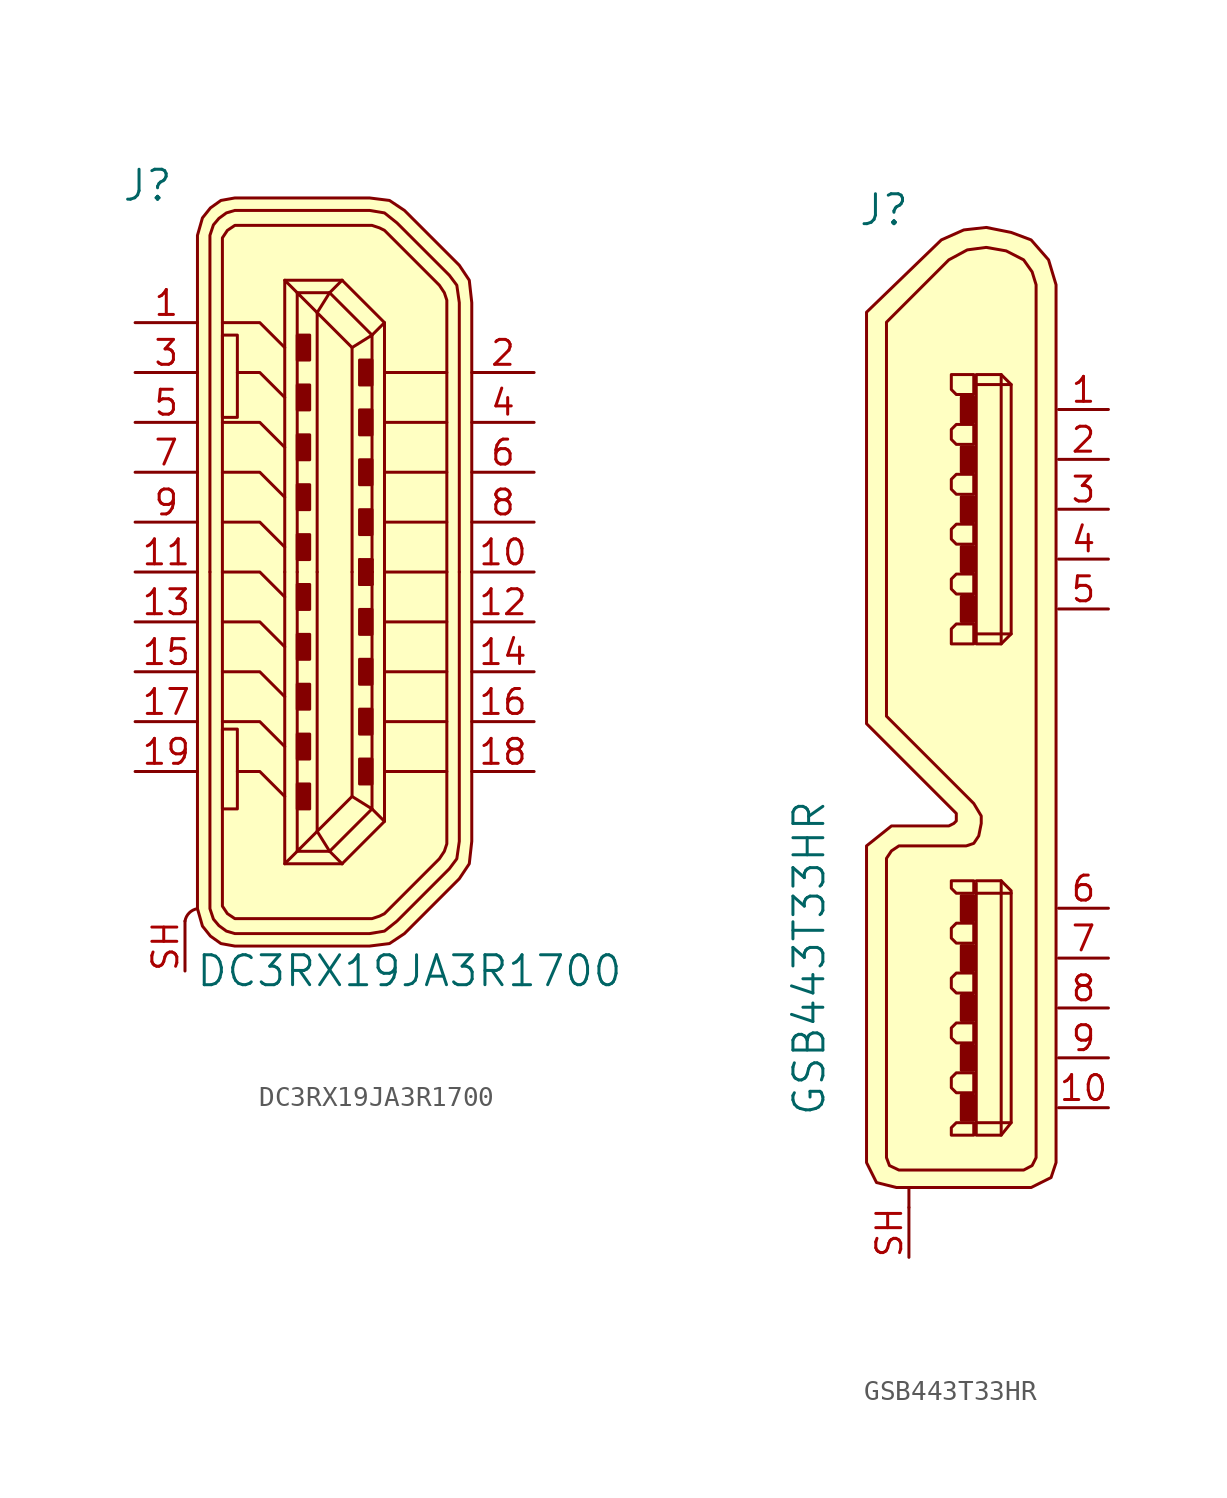
<source format=kicad_sym>
(kicad_symbol_lib
  (version 20231120)
  (generator "kicad_symbol_editor")
  (generator_version "8.0")
  (symbol "DC3RX19JA3R1700"
    (pin_names
      (offset 1.016))
    (property "Reference" "J"
      (at -9.525 19.685 0)
      (effects (font (size 1.524 1.524))))
    (property "Value" "DC3RX19JA3R1700"
      (at 3.81 -20.32 0)
      (effects (font (size 1.524 1.524))))
    (symbol "DC3RX19JA3R1700_0_1"
      (arc (start -6.985 -17.145) (mid -7.4042 -17.3608) (end -7.62 -17.78) (stroke (width 0) (type solid)) (fill (type none)))
      (rectangle (start -5.715 -12.065) (end -4.953 -8.001) (stroke (width 0) (type solid)) (fill (type none)))
      (rectangle (start -5.715 12.065) (end -4.953 7.874) (stroke (width 0) (type solid)) (fill (type none)))
      (rectangle (start -1.27 -12.065) (end -1.905 -10.795) (stroke (width 0) (type solid)) (fill (type outline)))
      (rectangle (start -1.27 -9.525) (end -1.905 -8.255) (stroke (width 0) (type solid)) (fill (type outline)))
      (rectangle (start -1.27 -6.985) (end -1.905 -5.715) (stroke (width 0) (type solid)) (fill (type outline)))
      (rectangle (start -1.27 -4.445) (end -1.905 -3.175) (stroke (width 0) (type solid)) (fill (type outline)))
      (rectangle (start -1.27 -1.905) (end -1.905 -0.635) (stroke (width 0) (type solid)) (fill (type outline)))
      (rectangle (start -1.27 1.905) (end -1.905 0.635) (stroke (width 0) (type solid)) (fill (type outline)))
      (rectangle (start -1.27 4.445) (end -1.905 3.175) (stroke (width 0) (type solid)) (fill (type outline)))
      (rectangle (start -1.27 6.985) (end -1.905 5.715) (stroke (width 0) (type solid)) (fill (type outline)))
      (rectangle (start -1.27 9.525) (end -1.905 8.255) (stroke (width 0) (type solid)) (fill (type outline)))
      (rectangle (start -1.27 12.065) (end -1.905 10.795) (stroke (width 0) (type solid)) (fill (type outline)))
      (polyline (pts (xy -2.54 -14.859) (xy 0.381 -14.859)) (stroke (width 0) (type solid)) (fill (type none)))
      (polyline (pts (xy -2.54 14.859) (xy 0.381 14.859)) (stroke (width 0) (type solid)) (fill (type none)))
      (polyline (pts (xy -0.254 -14.224) (xy -1.905 -14.224)) (stroke (width 0) (type solid)) (fill (type none)))
      (polyline (pts (xy -0.254 -14.224) (xy -0.889 -13.208)) (stroke (width 0) (type solid)) (fill (type none)))
      (polyline (pts (xy -0.254 -14.224) (xy 0.381 -14.859)) (stroke (width 0) (type solid)) (fill (type none)))
      (polyline (pts (xy -0.254 14.224) (xy -1.905 14.224)) (stroke (width 0) (type solid)) (fill (type none)))
      (polyline (pts (xy -0.254 14.224) (xy -0.889 13.208)) (stroke (width 0) (type solid)) (fill (type none)))
      (polyline (pts (xy -0.254 14.224) (xy 0.381 14.859)) (stroke (width 0) (type solid)) (fill (type none)))
      (polyline (pts (xy 1.905 -12.065) (xy -0.254 -14.224)) (stroke (width 0) (type solid)) (fill (type none)))
      (polyline (pts (xy 1.905 12.065) (xy -0.254 14.224)) (stroke (width 0) (type solid)) (fill (type none)))
      (polyline (pts (xy 2.54 -12.7) (xy 0.381 -14.859)) (stroke (width 0) (type solid)) (fill (type none)))
      (polyline (pts (xy 2.54 12.7) (xy 0.381 14.859)) (stroke (width 0) (type solid)) (fill (type none)))
      (polyline (pts (xy -2.54 -11.43) (xy -3.81 -10.16) (xy -4.953 -10.16)) (stroke (width 0) (type solid)) (fill (type none)))
      (polyline (pts (xy -2.54 -8.89) (xy -3.81 -7.62) (xy -5.715 -7.62)) (stroke (width 0) (type solid)) (fill (type none)))
      (polyline (pts (xy -2.54 -6.35) (xy -3.81 -5.08) (xy -5.715 -5.08)) (stroke (width 0) (type solid)) (fill (type none)))
      (polyline (pts (xy -2.54 -3.81) (xy -3.81 -2.54) (xy -5.715 -2.54)) (stroke (width 0) (type solid)) (fill (type none)))
      (polyline (pts (xy -2.54 -1.27) (xy -3.81 0) (xy -5.715 0)) (stroke (width 0) (type solid)) (fill (type none)))
      (polyline (pts (xy -2.54 0) (xy -2.54 -14.859) (xy -1.778 -14.097)) (stroke (width 0) (type solid)) (fill (type none)))
      (polyline (pts (xy -2.54 0) (xy -2.54 14.859) (xy -1.778 14.097)) (stroke (width 0) (type solid)) (fill (type none)))
      (polyline (pts (xy -2.54 1.27) (xy -3.81 2.54) (xy -5.715 2.54)) (stroke (width 0) (type solid)) (fill (type none)))
      (polyline (pts (xy -2.54 3.81) (xy -3.81 5.08) (xy -5.715 5.08)) (stroke (width 0) (type solid)) (fill (type none)))
      (polyline (pts (xy -2.54 6.35) (xy -3.81 7.62) (xy -5.715 7.62)) (stroke (width 0) (type solid)) (fill (type none)))
      (polyline (pts (xy -2.54 8.89) (xy -3.81 10.16) (xy -4.953 10.16)) (stroke (width 0) (type solid)) (fill (type none)))
      (polyline (pts (xy -2.54 11.43) (xy -3.81 12.7) (xy -5.715 12.7)) (stroke (width 0) (type solid)) (fill (type none)))
      (polyline (pts (xy -0.889 -13.208) (xy -1.905 -14.224) (xy -1.905 0)) (stroke (width 0) (type solid)) (fill (type none)))
      (polyline (pts (xy -0.889 13.208) (xy -1.905 14.224) (xy -1.905 0)) (stroke (width 0) (type solid)) (fill (type none)))
      (polyline (pts (xy 0.889 -11.43) (xy -0.889 -13.208) (xy -0.889 0)) (stroke (width 0) (type solid)) (fill (type none)))
      (polyline (pts (xy 0.889 11.43) (xy -0.889 13.208) (xy -0.889 0)) (stroke (width 0) (type solid)) (fill (type none)))
      (polyline (pts (xy 2.54 0) (xy 2.54 -12.7) (xy 1.905 -12.065)) (stroke (width 0) (type solid)) (fill (type none)))
      (polyline (pts (xy 2.54 0) (xy 2.54 12.7) (xy 1.905 12.065)) (stroke (width 0) (type solid)) (fill (type none)))
      (polyline (pts (xy 5.715 -10.16) (xy 3.81 -10.16) (xy 2.54 -10.16)) (stroke (width 0) (type solid)) (fill (type none)))
      (polyline (pts (xy 5.715 -7.62) (xy 3.81 -7.62) (xy 2.54 -7.62)) (stroke (width 0) (type solid)) (fill (type none)))
      (polyline (pts (xy 5.715 -5.08) (xy 3.81 -5.08) (xy 2.54 -5.08)) (stroke (width 0) (type solid)) (fill (type none)))
      (polyline (pts (xy 5.715 -2.54) (xy 3.81 -2.54) (xy 2.54 -2.54)) (stroke (width 0) (type solid)) (fill (type none)))
      (polyline (pts (xy 5.715 0) (xy 3.81 0) (xy 2.54 0)) (stroke (width 0) (type solid)) (fill (type none)))
      (polyline (pts (xy 5.715 2.54) (xy 3.81 2.54) (xy 2.54 2.54)) (stroke (width 0) (type solid)) (fill (type none)))
      (polyline (pts (xy 5.715 5.08) (xy 3.81 5.08) (xy 2.54 5.08)) (stroke (width 0) (type solid)) (fill (type none)))
      (polyline (pts (xy 5.715 7.62) (xy 3.81 7.62) (xy 2.54 7.62)) (stroke (width 0) (type solid)) (fill (type none)))
      (polyline (pts (xy 5.715 10.16) (xy 3.81 10.16) (xy 2.54 10.16)) (stroke (width 0) (type solid)) (fill (type none)))
      (polyline (pts (xy 0.889 0) (xy 0.889 -11.43) (xy 1.905 -12.065) (xy 1.905 0)) (stroke (width 0) (type solid)) (fill (type none)))
      (polyline (pts (xy 0.889 0) (xy 0.889 11.43) (xy 1.905 12.065) (xy 1.905 0)) (stroke (width 0) (type solid)) (fill (type none)))
      (polyline (pts (xy 5.715 0) (xy 5.715 -13.843) (xy 5.588 -14.224) (xy 5.334 -14.605) (xy 2.54 -17.399) (xy 2.286 -17.526) (xy 1.905 -17.653) (xy -5.08 -17.653) (xy -5.461 -17.399) (xy -5.715 -17.018) (xy -5.715 0)) (stroke (width 0) (type solid)) (fill (type none)))
      (polyline (pts (xy 5.715 0) (xy 5.715 13.843) (xy 5.588 14.224) (xy 5.334 14.605) (xy 2.54 17.399) (xy 2.286 17.526) (xy 1.905 17.653) (xy -5.08 17.653) (xy -5.461 17.399) (xy -5.715 17.018) (xy -5.715 0)) (stroke (width 0) (type solid)) (fill (type none)))
      (polyline (pts (xy -6.985 0) (xy -6.985 -17.145) (xy -6.731 -18.034) (xy -6.325 -18.542) (xy -5.791 -18.923) (xy -5.08 -19.05) (xy 1.778 -19.05) (xy 2.794 -18.923) (xy 3.556 -18.415) (xy 6.35 -15.621) (xy 6.858 -14.859) (xy 6.985 -13.716) (xy 6.985 0)) (stroke (width 0) (type solid)) (fill (type background)))
      (polyline (pts (xy -6.985 0) (xy -6.985 17.145) (xy -6.731 18.034) (xy -6.325 18.542) (xy -5.791 18.923) (xy -5.08 19.05) (xy 1.778 19.05) (xy 2.794 18.923) (xy 3.556 18.415) (xy 6.35 15.621) (xy 6.858 14.859) (xy 6.985 13.716) (xy 6.985 0)) (stroke (width 0) (type solid)) (fill (type background)))
      (polyline (pts (xy 6.35 0) (xy 6.35 -13.716) (xy 6.223 -14.605) (xy 5.842 -15.113) (xy 3.175 -17.78) (xy 2.54 -18.288) (xy 1.778 -18.415) (xy -5.08 -18.415) (xy -5.512 -18.288) (xy -5.893 -18.009) (xy -6.172 -17.678) (xy -6.35 -17.145) (xy -6.35 0)) (stroke (width 0) (type solid)) (fill (type none)))
      (polyline (pts (xy 6.35 0) (xy 6.35 13.716) (xy 6.223 14.605) (xy 5.842 15.113) (xy 3.175 17.78) (xy 2.54 18.288) (xy 1.778 18.415) (xy -5.08 18.415) (xy -5.512 18.288) (xy -5.893 18.009) (xy -6.172 17.678) (xy -6.35 17.145) (xy -6.35 0)) (stroke (width 0) (type solid)) (fill (type none)))
      (rectangle (start 1.27 0) (end 1.27 -0.635) (stroke (width 0) (type solid)) (fill (type none)))
      (rectangle (start 1.27 0) (end 1.27 0) (stroke (width 0) (type solid)) (fill (type none)))
      (rectangle (start 1.27 0) (end 1.27 0.635) (stroke (width 0) (type solid)) (fill (type none)))
      (rectangle (start 1.27 0) (end 1.905 -0.635) (stroke (width 0) (type solid)) (fill (type outline)))
      (rectangle (start 1.27 0) (end 1.905 0.635) (stroke (width 0) (type solid)) (fill (type outline)))
      (rectangle (start 1.905 -10.795) (end 1.27 -9.525) (stroke (width 0) (type solid)) (fill (type outline)))
      (rectangle (start 1.905 -8.255) (end 1.27 -6.985) (stroke (width 0) (type solid)) (fill (type outline)))
      (rectangle (start 1.905 -5.715) (end 1.27 -4.445) (stroke (width 0) (type solid)) (fill (type outline)))
      (rectangle (start 1.905 -3.175) (end 1.27 -1.905) (stroke (width 0) (type solid)) (fill (type outline)))
      (rectangle (start 1.905 -0.635) (end 1.905 -0.635) (stroke (width 0) (type solid)) (fill (type none)))
      (rectangle (start 1.905 -0.635) (end 1.905 0) (stroke (width 0) (type solid)) (fill (type none)))
      (rectangle (start 1.905 0.635) (end 1.905 0) (stroke (width 0) (type solid)) (fill (type none)))
      (rectangle (start 1.905 0.635) (end 1.905 0.635) (stroke (width 0) (type solid)) (fill (type none)))
      (rectangle (start 1.905 3.175) (end 1.27 1.905) (stroke (width 0) (type solid)) (fill (type outline)))
      (rectangle (start 1.905 5.715) (end 1.27 4.445) (stroke (width 0) (type solid)) (fill (type outline)))
      (rectangle (start 1.905 8.255) (end 1.27 6.985) (stroke (width 0) (type solid)) (fill (type outline)))
      (rectangle (start 1.905 10.795) (end 1.27 9.525) (stroke (width 0) (type solid)) (fill (type outline))))
    (symbol "DC3RX19JA3R1700_1_1"
      (pin passive line (at -10.16 12.7 0) (length 3.175) (name "~" (effects (font (size 1.27 1.27)))) (number "1" (effects (font (size 1.27 1.27)))))
      (pin passive line (at 10.16 0 180) (length 3.175) (name "~" (effects (font (size 1.27 1.27)))) (number "10" (effects (font (size 1.27 1.27)))))
      (pin passive line (at -10.16 0 0) (length 3.175) (name "~" (effects (font (size 1.27 1.27)))) (number "11" (effects (font (size 1.27 1.27)))))
      (pin passive line (at 10.16 -2.54 180) (length 3.175) (name "~" (effects (font (size 1.27 1.27)))) (number "12" (effects (font (size 1.27 1.27)))))
      (pin passive line (at -10.16 -2.54 0) (length 3.175) (name "~" (effects (font (size 1.27 1.27)))) (number "13" (effects (font (size 1.27 1.27)))))
      (pin passive line (at 10.16 -5.08 180) (length 3.175) (name "~" (effects (font (size 1.27 1.27)))) (number "14" (effects (font (size 1.27 1.27)))))
      (pin passive line (at -10.16 -5.08 0) (length 3.175) (name "~" (effects (font (size 1.27 1.27)))) (number "15" (effects (font (size 1.27 1.27)))))
      (pin passive line (at 10.16 -7.62 180) (length 3.175) (name "~" (effects (font (size 1.27 1.27)))) (number "16" (effects (font (size 1.27 1.27)))))
      (pin passive line (at -10.16 -7.62 0) (length 3.175) (name "~" (effects (font (size 1.27 1.27)))) (number "17" (effects (font (size 1.27 1.27)))))
      (pin passive line (at 10.16 -10.16 180) (length 3.175) (name "~" (effects (font (size 1.27 1.27)))) (number "18" (effects (font (size 1.27 1.27)))))
      (pin passive line (at -10.16 -10.16 0) (length 3.175) (name "~" (effects (font (size 1.27 1.27)))) (number "19" (effects (font (size 1.27 1.27)))))
      (pin passive line (at 10.16 10.16 180) (length 3.175) (name "~" (effects (font (size 1.27 1.27)))) (number "2" (effects (font (size 1.27 1.27)))))
      (pin passive line (at -10.16 10.16 0) (length 3.175) (name "~" (effects (font (size 1.27 1.27)))) (number "3" (effects (font (size 1.27 1.27)))))
      (pin passive line (at 10.16 7.62 180) (length 3.175) (name "~" (effects (font (size 1.27 1.27)))) (number "4" (effects (font (size 1.27 1.27)))))
      (pin passive line (at -10.16 7.62 0) (length 3.175) (name "~" (effects (font (size 1.27 1.27)))) (number "5" (effects (font (size 1.27 1.27)))))
      (pin passive line (at 10.16 5.08 180) (length 3.175) (name "~" (effects (font (size 1.27 1.27)))) (number "6" (effects (font (size 1.27 1.27)))))
      (pin passive line (at -10.16 5.08 0) (length 3.175) (name "~" (effects (font (size 1.27 1.27)))) (number "7" (effects (font (size 1.27 1.27)))))
      (pin passive line (at 10.16 2.54 180) (length 3.175) (name "~" (effects (font (size 1.27 1.27)))) (number "8" (effects (font (size 1.27 1.27)))))
      (pin passive line (at -10.16 2.54 0) (length 3.175) (name "~" (effects (font (size 1.27 1.27)))) (number "9" (effects (font (size 1.27 1.27)))))
      (pin input line (at -7.62 -20.32 90) (length 2.54) (name "~" (effects (font (size 1.27 1.27)))) (number "SH" (effects (font (size 1.27 1.27)))))))
  (symbol "GSB443T33HR"
    (pin_names
      (offset 1.016))
    (property "Reference" "J"
      (at -6.35 25.4 0)
      (effects (font (size 1.524 1.524))))
    (property "Value" "GSB443T33HR"
      (at -10.16 -12.7 90)
      (effects (font (size 1.524 1.524))))
    (symbol "GSB443T33HR_0_1"
      (rectangle (start -2.413 -20.955) (end -1.778 -19.685) (stroke (width 0) (type solid)) (fill (type outline)))
      (rectangle (start -2.413 -18.415) (end -1.778 -17.145) (stroke (width 0) (type solid)) (fill (type outline)))
      (rectangle (start -2.413 -15.875) (end -1.778 -14.605) (stroke (width 0) (type solid)) (fill (type outline)))
      (rectangle (start -2.413 4.445) (end -1.778 5.715) (stroke (width 0) (type solid)) (fill (type outline)))
      (rectangle (start -2.413 6.985) (end -1.778 8.255) (stroke (width 0) (type solid)) (fill (type outline)))
      (rectangle (start -2.413 9.525) (end -1.778 10.795) (stroke (width 0) (type solid)) (fill (type outline)))
      (rectangle (start -1.778 -13.335) (end -2.413 -12.065) (stroke (width 0) (type solid)) (fill (type outline)))
      (rectangle (start -1.778 -10.795) (end -2.413 -9.525) (stroke (width 0) (type solid)) (fill (type outline)))
      (rectangle (start -1.778 12.065) (end -2.413 13.335) (stroke (width 0) (type solid)) (fill (type outline)))
      (rectangle (start -1.778 14.605) (end -2.413 15.875) (stroke (width 0) (type solid)) (fill (type outline)))
      (polyline (pts (xy -5.08 -25.4) (xy -5.08 -24.384)) (stroke (width 0) (type solid)) (fill (type none)))
      (polyline (pts (xy -1.651 -21.082) (xy 0.127 -21.082)) (stroke (width 0) (type solid)) (fill (type none)))
      (polyline (pts (xy -1.651 3.81) (xy 0.127 3.81)) (stroke (width 0) (type solid)) (fill (type none)))
      (polyline (pts (xy -0.381 -8.763) (xy -0.381 -21.717)) (stroke (width 0) (type solid)) (fill (type none)))
      (polyline (pts (xy -0.381 17.018) (xy -0.381 3.302)) (stroke (width 0) (type solid)) (fill (type none)))
      (polyline (pts (xy 0.127 16.51) (xy -1.651 16.51)) (stroke (width 0) (type solid)) (fill (type none)))
      (polyline (pts (xy 0.127 -9.398) (xy -0.381 -9.398) (xy -1.651 -9.398)) (stroke (width 0) (type solid)) (fill (type none)))
      (polyline (pts (xy -1.778 -21.717) (xy -2.667 -21.717) (xy -2.921 -21.717) (xy -2.921 -21.336) (xy -2.667 -21.082) (xy -1.778 -21.082) (xy -1.778 -21.717)) (stroke (width 0) (type solid)) (fill (type none)))
      (polyline (pts (xy -1.778 -19.558) (xy -2.667 -19.558) (xy -2.921 -19.304) (xy -2.921 -18.796) (xy -2.667 -18.542) (xy -1.778 -18.542) (xy -1.778 -19.558)) (stroke (width 0) (type solid)) (fill (type none)))
      (polyline (pts (xy -1.778 -17.018) (xy -2.667 -17.018) (xy -2.921 -16.764) (xy -2.921 -16.256) (xy -2.667 -16.002) (xy -1.778 -16.002) (xy -1.778 -17.018)) (stroke (width 0) (type solid)) (fill (type none)))
      (polyline (pts (xy -1.778 -14.478) (xy -2.667 -14.478) (xy -2.921 -14.224) (xy -2.921 -13.716) (xy -2.667 -13.462) (xy -1.778 -13.462) (xy -1.778 -14.478)) (stroke (width 0) (type solid)) (fill (type none)))
      (polyline (pts (xy -1.778 -11.938) (xy -2.667 -11.938) (xy -2.921 -11.684) (xy -2.921 -11.176) (xy -2.667 -10.922) (xy -1.778 -10.922) (xy -1.778 -11.938)) (stroke (width 0) (type solid)) (fill (type none)))
      (polyline (pts (xy -1.778 -9.398) (xy -2.667 -9.398) (xy -2.921 -9.144) (xy -2.921 -8.763) (xy -2.667 -8.763) (xy -1.778 -8.763) (xy -1.778 -9.398)) (stroke (width 0) (type solid)) (fill (type none)))
      (polyline (pts (xy -1.778 3.302) (xy -2.667 3.302) (xy -2.921 3.302) (xy -2.921 4.064) (xy -2.667 4.318) (xy -1.778 4.318) (xy -1.778 3.302)) (stroke (width 0) (type solid)) (fill (type none)))
      (polyline (pts (xy -1.778 5.842) (xy -2.667 5.842) (xy -2.921 6.096) (xy -2.921 6.604) (xy -2.667 6.858) (xy -1.778 6.858) (xy -1.778 5.842)) (stroke (width 0) (type solid)) (fill (type none)))
      (polyline (pts (xy -1.778 8.382) (xy -2.667 8.382) (xy -2.921 8.636) (xy -2.921 9.144) (xy -2.667 9.398) (xy -1.778 9.398) (xy -1.778 8.382)) (stroke (width 0) (type solid)) (fill (type none)))
      (polyline (pts (xy -1.778 10.922) (xy -2.667 10.922) (xy -2.921 11.176) (xy -2.921 11.684) (xy -2.667 11.938) (xy -1.778 11.938) (xy -1.778 10.922)) (stroke (width 0) (type solid)) (fill (type none)))
      (polyline (pts (xy -1.778 13.462) (xy -2.667 13.462) (xy -2.921 13.716) (xy -2.921 14.224) (xy -2.667 14.478) (xy -1.778 14.478) (xy -1.778 13.462)) (stroke (width 0) (type solid)) (fill (type none)))
      (polyline (pts (xy -1.778 16.002) (xy -2.667 16.002) (xy -2.921 16.256) (xy -2.921 17.018) (xy -2.667 17.018) (xy -1.778 17.018) (xy -1.778 16.002)) (stroke (width 0) (type solid)) (fill (type none)))
      (polyline (pts (xy -1.651 -8.89) (xy -1.651 -21.717) (xy -0.381 -21.717) (xy 0.127 -21.082) (xy 0.127 -9.271) (xy -0.381 -8.763) (xy -1.651 -8.763)) (stroke (width 0) (type solid)) (fill (type none)))
      (polyline (pts (xy -1.651 17.018) (xy -1.651 3.302) (xy -0.381 3.302) (xy 0.127 3.81) (xy 0.127 16.51) (xy -0.381 17.018) (xy -1.651 17.018)) (stroke (width 0) (type solid)) (fill (type none)))
      (polyline (pts (xy -5.715 -24.384) (xy 1.143 -24.384) (xy 2.159 -23.876) (xy 2.413 -23.114) (xy 2.413 21.59) (xy 2.032 22.86) (xy 1.143 23.876) (xy 0.127 24.257) (xy -1.143 24.511) (xy -2.286 24.384) (xy -3.429 23.876) (xy -7.239 20.193) (xy -7.239 -0.762) (xy -2.667 -5.334) (xy -2.667 -5.715) (xy -2.794 -5.842) (xy -3.048 -5.969) (xy -3.937 -5.969) (xy -5.969 -5.969) (xy -7.239 -6.985) (xy -7.239 -23.114) (xy -6.731 -24.13) (xy -5.715 -24.384)) (stroke (width 0) (type solid)) (fill (type background)))
      (polyline (pts (xy -3.048 -23.495) (xy 0.762 -23.495) (xy 1.194 -23.266) (xy 1.397 -22.86) (xy 1.397 21.59) (xy 1.194 22.25) (xy 0.762 22.86) (xy -0.127 23.317) (xy -1.143 23.495) (xy -2.108 23.368) (xy -3.048 22.86) (xy -6.223 19.685) (xy -6.223 15.875) (xy -6.223 1.905) (xy -6.223 -0.381) (xy -1.778 -4.826) (xy -1.397 -5.461) (xy -1.397 -5.842) (xy -1.524 -6.477) (xy -1.778 -6.858) (xy -2.159 -6.985) (xy -2.54 -6.985) (xy -3.048 -6.985) (xy -3.683 -6.985) (xy -5.588 -6.985) (xy -5.969 -7.239) (xy -6.223 -7.62) (xy -6.223 -22.86) (xy -6.071 -23.266) (xy -5.588 -23.495) (xy -3.048 -23.495)) (stroke (width 0) (type solid)) (fill (type none))))
    (symbol "GSB443T33HR_1_1"
      (pin passive line (at 5.08 15.24 180) (length 2.54) (name "~" (effects (font (size 1.27 1.27)))) (number "1" (effects (font (size 1.27 1.27)))))
      (pin passive line (at 5.08 -20.32 180) (length 2.54) (name "~" (effects (font (size 1.27 1.27)))) (number "10" (effects (font (size 1.27 1.27)))))
      (pin passive line (at 5.08 12.7 180) (length 2.54) (name "~" (effects (font (size 1.27 1.27)))) (number "2" (effects (font (size 1.27 1.27)))))
      (pin passive line (at 5.08 10.16 180) (length 2.54) (name "~" (effects (font (size 1.27 1.27)))) (number "3" (effects (font (size 1.27 1.27)))))
      (pin input line (at 5.08 7.62 180) (length 2.54) (name "~" (effects (font (size 1.27 1.27)))) (number "4" (effects (font (size 1.27 1.27)))))
      (pin passive line (at 5.08 5.08 180) (length 2.54) (name "~" (effects (font (size 1.27 1.27)))) (number "5" (effects (font (size 1.27 1.27)))))
      (pin passive line (at 5.08 -10.16 180) (length 2.54) (name "~" (effects (font (size 1.27 1.27)))) (number "6" (effects (font (size 1.27 1.27)))))
      (pin passive line (at 5.08 -12.7 180) (length 2.54) (name "~" (effects (font (size 1.27 1.27)))) (number "7" (effects (font (size 1.27 1.27)))))
      (pin passive line (at 5.08 -15.24 180) (length 2.54) (name "~" (effects (font (size 1.27 1.27)))) (number "8" (effects (font (size 1.27 1.27)))))
      (pin passive line (at 5.08 -17.78 180) (length 2.54) (name "~" (effects (font (size 1.27 1.27)))) (number "9" (effects (font (size 1.27 1.27)))))
      (pin power_in line (at -5.08 -27.94 90) (length 2.54) (name "~" (effects (font (size 1.27 1.27)))) (number "SH" (effects (font (size 1.27 1.27))))))))
</source>
